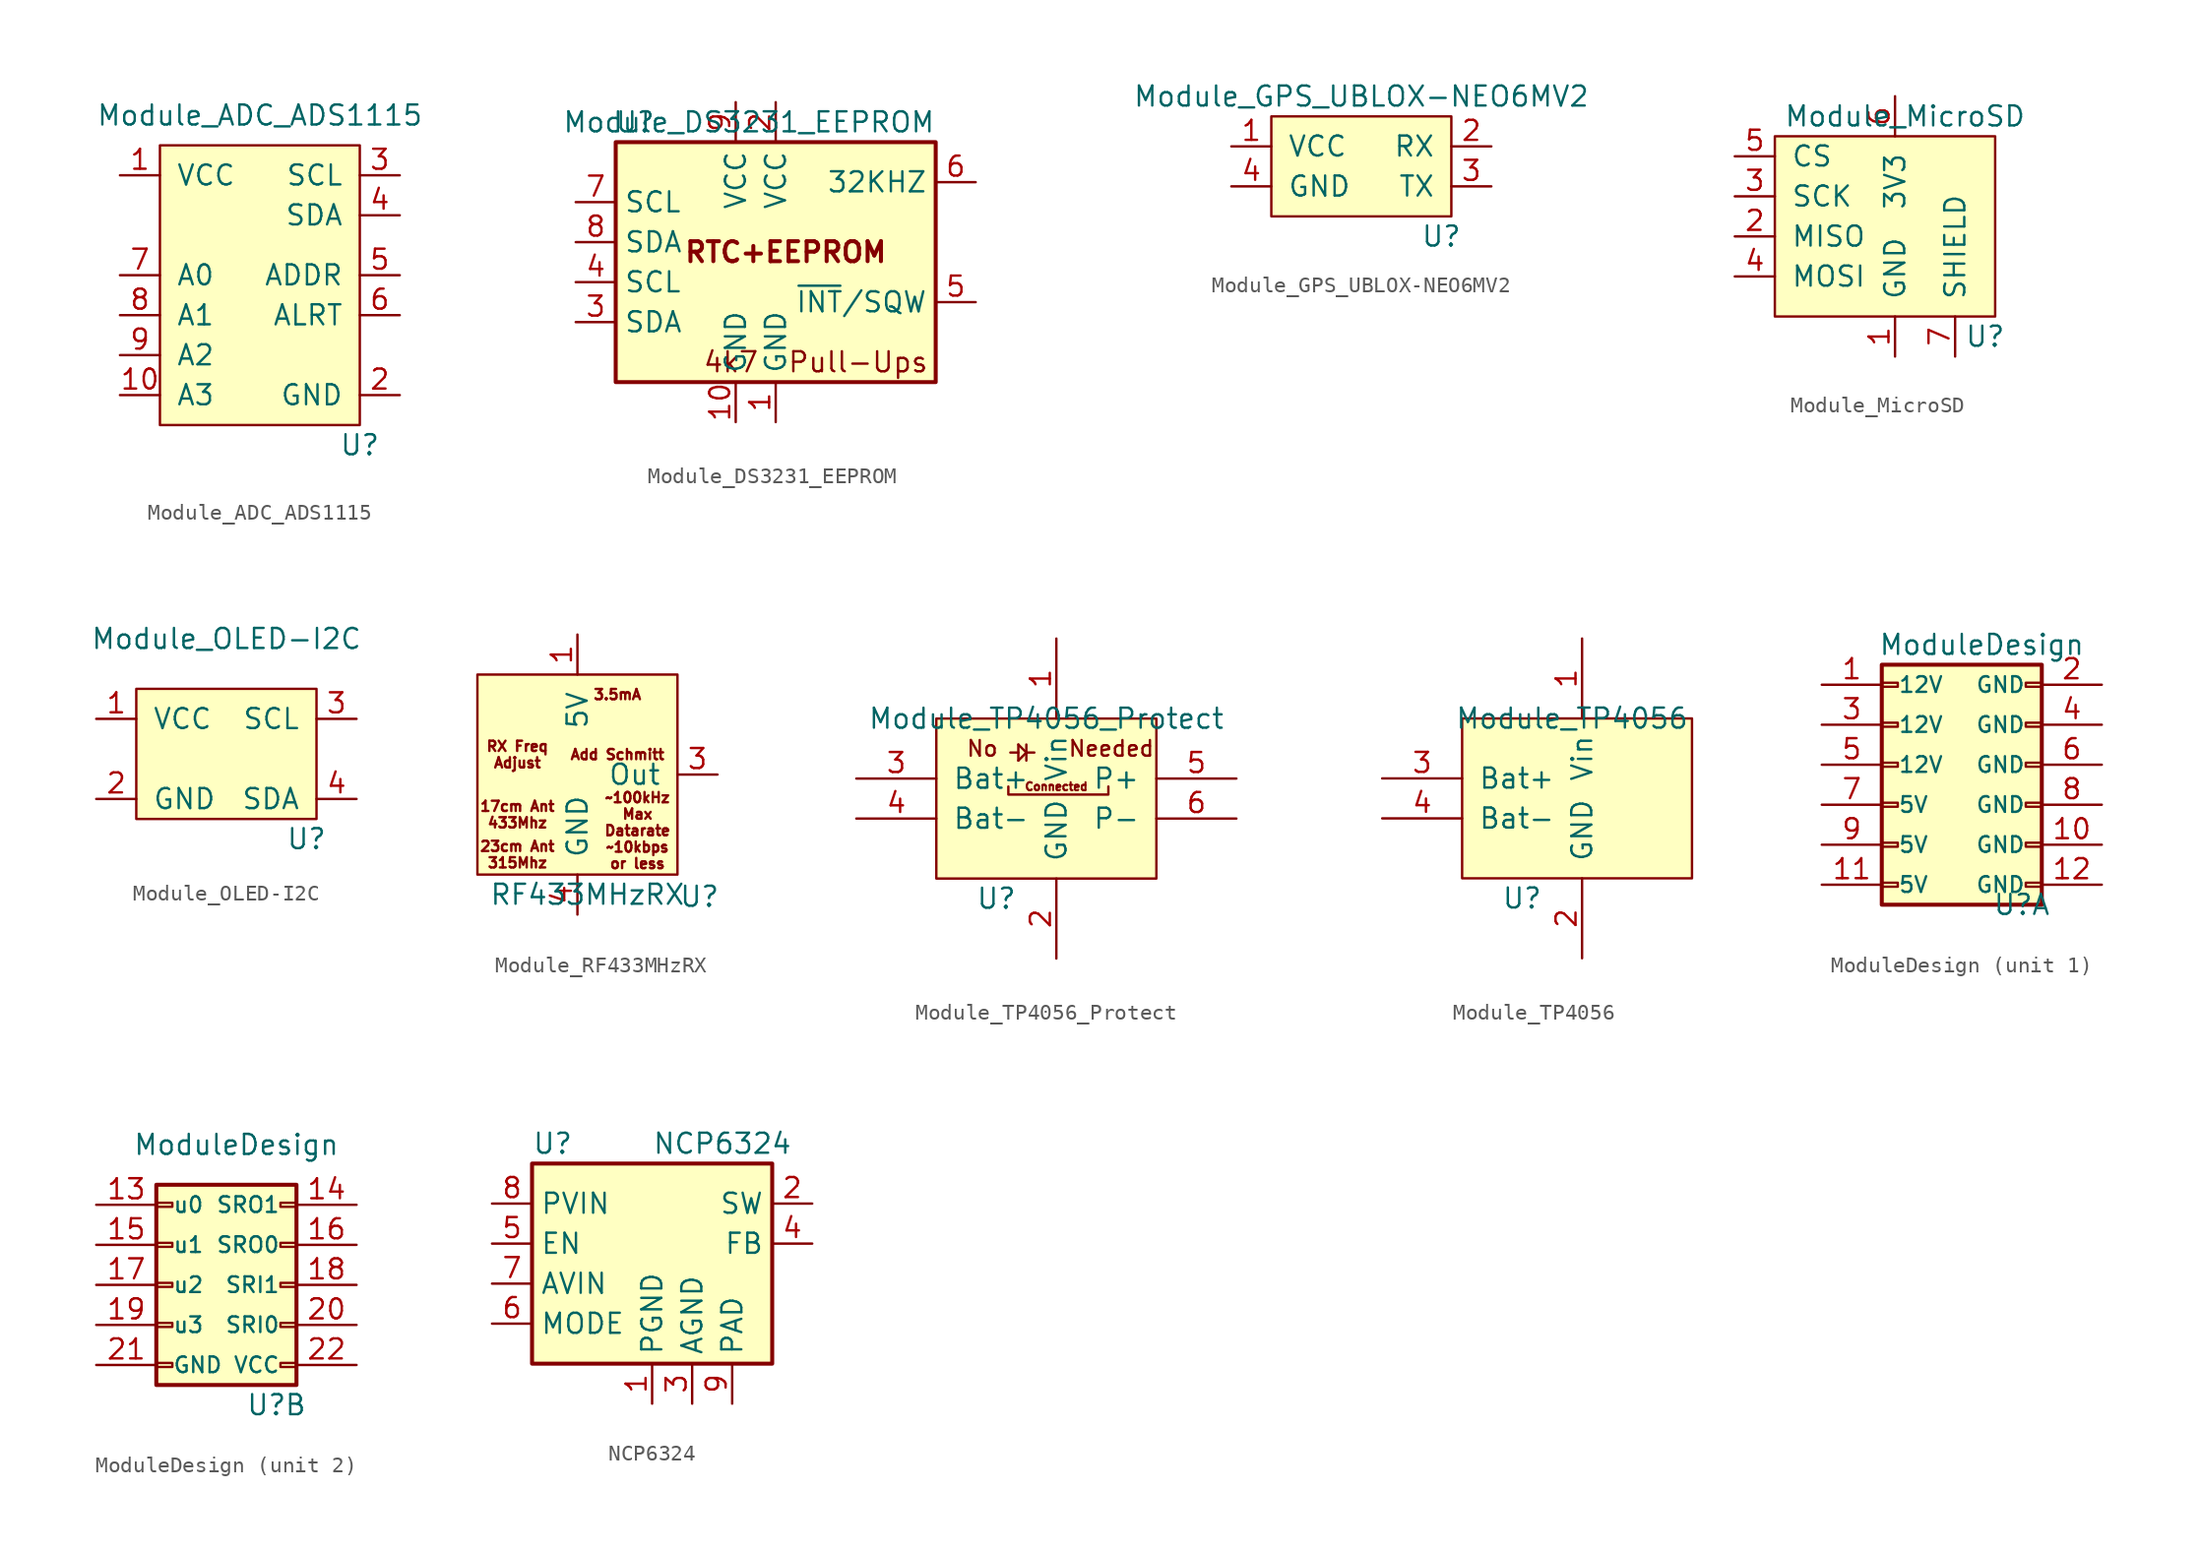
<source format=kicad_sym>
(kicad_symbol_lib
  (version 20231120)
  (generator "kicad_symbol_editor")
  (generator_version "8.0")
  (symbol "Module_ADC_ADS1115"
    (pin_names
      (offset 1.016))
    (property "Reference" "U"
      (at 6.35 -10.795 0)
      (effects (font (size 1.27 1.27))))
    (property "Value" "Module_ADC_ADS1115"
      (at 0 10.16 0)
      (effects (font (size 1.27 1.27))))
    (symbol "Module_ADC_ADS1115_0_1"
      (rectangle (start -6.35 8.255) (end 6.35 -9.525) (stroke (width 0) (type default)) (fill (type background))))
    (symbol "Module_ADC_ADS1115_1_1"
      (pin power_in line (at -8.89 6.35 0) (length 2.54) (name "VCC" (effects (font (size 1.27 1.27)))) (number "1" (effects (font (size 1.27 1.27)))))
      (pin input line (at -8.89 -7.62 0) (length 2.54) (name "A3" (effects (font (size 1.27 1.27)))) (number "10" (effects (font (size 1.27 1.27)))))
      (pin power_in line (at 8.89 -7.62 180) (length 2.54) (name "GND" (effects (font (size 1.27 1.27)))) (number "2" (effects (font (size 1.27 1.27)))))
      (pin input line (at 8.89 6.35 180) (length 2.54) (name "SCL" (effects (font (size 1.27 1.27)))) (number "3" (effects (font (size 1.27 1.27)))))
      (pin open_collector line (at 8.89 3.81 180) (length 2.54) (name "SDA" (effects (font (size 1.27 1.27)))) (number "4" (effects (font (size 1.27 1.27)))))
      (pin input line (at 8.89 0 180) (length 2.54) (name "ADDR" (effects (font (size 1.27 1.27)))) (number "5" (effects (font (size 1.27 1.27)))))
      (pin output line (at 8.89 -2.54 180) (length 2.54) (name "ALRT" (effects (font (size 1.27 1.27)))) (number "6" (effects (font (size 1.27 1.27)))))
      (pin input line (at -8.89 0 0) (length 2.54) (name "A0" (effects (font (size 1.27 1.27)))) (number "7" (effects (font (size 1.27 1.27)))))
      (pin input line (at -8.89 -2.54 0) (length 2.54) (name "A1" (effects (font (size 1.27 1.27)))) (number "8" (effects (font (size 1.27 1.27)))))
      (pin input line (at -8.89 -5.08 0) (length 2.54) (name "A2" (effects (font (size 1.27 1.27)))) (number "9" (effects (font (size 1.27 1.27)))))))
  (symbol "Module_DS3231_EEPROM"
    (property "Reference" "U"
      (at -7.62 8.89 0)
      (effects (font (size 1.27 1.27)) (justify right)))
    (property "Value" "Module_DS3231_EEPROM"
      (at 10.16 8.89 0)
      (effects (font (size 1.27 1.27)) (justify right)))
    (symbol "Module_DS3231_EEPROM_0_0"
      (text "4k7  Pull-Ups" (at 2.54 -6.35 0) (effects (font (size 1.27 1.27))))
      (text "RTC+EEPROM" (at 0.635 0.635 0) (effects (font (size 1.27 1.27) (bold yes)))))
    (symbol "Module_DS3231_EEPROM_0_1"
      (rectangle (start -10.16 7.62) (end 10.16 -7.62) (stroke (width 0.254) (type default)) (fill (type background))))
    (symbol "Module_DS3231_EEPROM_1_1"
      (pin power_in line (at 0 -10.16 90) (length 2.54) (name "GND" (effects (font (size 1.27 1.27)))) (number "1" (effects (font (size 1.27 1.27)))))
      (pin passive line (at -2.54 -10.16 90) (length 2.54) (name "GND" (effects (font (size 1.27 1.27)))) (number "10" (effects (font (size 1.27 1.27)))))
      (pin no_connect line (at 12.7 2.54 180) (length 2.54) hide (name "-" (effects (font (size 1.27 1.27)))) (number "11" (effects (font (size 1.27 1.27)))))
      (pin power_in line (at 0 10.16 270) (length 2.54) (name "VCC" (effects (font (size 1.27 1.27)))) (number "2" (effects (font (size 1.27 1.27)))))
      (pin bidirectional line (at -12.7 -3.81 0) (length 2.54) (name "SDA" (effects (font (size 1.27 1.27)))) (number "3" (effects (font (size 1.27 1.27)))))
      (pin bidirectional line (at -12.7 -1.27 0) (length 2.54) (name "SCL" (effects (font (size 1.27 1.27)))) (number "4" (effects (font (size 1.27 1.27)))))
      (pin open_collector line (at 12.7 -2.54 180) (length 2.54) (name "~{INT}/SQW" (effects (font (size 1.27 1.27)))) (number "5" (effects (font (size 1.27 1.27)))))
      (pin open_collector line (at 12.7 5.08 180) (length 2.54) (name "32KHZ" (effects (font (size 1.27 1.27)))) (number "6" (effects (font (size 1.27 1.27)))))
      (pin bidirectional line (at -12.7 3.81 0) (length 2.54) (name "SCL" (effects (font (size 1.27 1.27)))) (number "7" (effects (font (size 1.27 1.27)))))
      (pin bidirectional line (at -12.7 1.27 0) (length 2.54) (name "SDA" (effects (font (size 1.27 1.27)))) (number "8" (effects (font (size 1.27 1.27)))))
      (pin passive line (at -2.54 10.16 270) (length 2.54) (name "VCC" (effects (font (size 1.27 1.27)))) (number "9" (effects (font (size 1.27 1.27)))))))
  (symbol "Module_GPS_UBLOX-NEO6MV2"
    (pin_names
      (offset 1.016))
    (property "Reference" "U"
      (at 4.445 -4.445 0)
      (effects (font (size 1.27 1.27))))
    (property "Value" "Module_GPS_UBLOX-NEO6MV2"
      (at -0.635 4.445 0)
      (effects (font (size 1.27 1.27))))
    (symbol "Module_GPS_UBLOX-NEO6MV2_1_1"
      (rectangle (start -6.35 3.175) (end 5.08 -3.175) (stroke (width 0) (type default)) (fill (type background)))
      (pin power_in line (at -8.89 1.27 0) (length 2.54) (name "VCC" (effects (font (size 1.27 1.27)))) (number "1" (effects (font (size 1.27 1.27)))))
      (pin input line (at 7.62 1.27 180) (length 2.54) (name "RX" (effects (font (size 1.27 1.27)))) (number "2" (effects (font (size 1.27 1.27)))))
      (pin output line (at 7.62 -1.27 180) (length 2.54) (name "TX" (effects (font (size 1.27 1.27)))) (number "3" (effects (font (size 1.27 1.27)))))
      (pin power_in line (at -8.89 -1.27 0) (length 2.54) (name "GND" (effects (font (size 1.27 1.27)))) (number "4" (effects (font (size 1.27 1.27)))))))
  (symbol "Module_MicroSD"
    (pin_names
      (offset 1.016))
    (property "Reference" "U"
      (at 5.715 -7.62 0)
      (effects (font (size 1.27 1.27))))
    (property "Value" "Module_MicroSD"
      (at 0.635 6.35 0)
      (effects (font (size 1.27 1.27))))
    (symbol "Module_MicroSD_0_1"
      (rectangle (start -7.62 5.08) (end 6.35 -6.35) (stroke (width 0) (type default)) (fill (type background))))
    (symbol "Module_MicroSD_1_1"
      (pin power_in line (at 0 -8.89 90) (length 2.54) (name "GND" (effects (font (size 1.27 1.27)))) (number "1" (effects (font (size 1.27 1.27)))))
      (pin input line (at -10.16 -1.27 0) (length 2.54) (name "MISO" (effects (font (size 1.27 1.27)))) (number "2" (effects (font (size 1.27 1.27)))))
      (pin input line (at -10.16 1.27 0) (length 2.54) (name "SCK" (effects (font (size 1.27 1.27)))) (number "3" (effects (font (size 1.27 1.27)))))
      (pin output line (at -10.16 -3.81 0) (length 2.54) (name "MOSI" (effects (font (size 1.27 1.27)))) (number "4" (effects (font (size 1.27 1.27)))))
      (pin input line (at -10.16 3.81 0) (length 2.54) (name "CS" (effects (font (size 1.27 1.27)))) (number "5" (effects (font (size 1.27 1.27)))))
      (pin power_in line (at 0 7.62 270) (length 2.54) (name "3V3" (effects (font (size 1.27 1.27)))) (number "6" (effects (font (size 1.27 1.27)))))
      (pin passive line (at 3.81 -8.89 90) (length 2.54) (name "SHIELD" (effects (font (size 1.27 1.27)))) (number "7" (effects (font (size 1.27 1.27)))))))
  (symbol "Module_OLED-I2C"
    (pin_names
      (offset 1.016))
    (property "Reference" "U"
      (at 4.445 -5.08 0)
      (effects (font (size 1.27 1.27))))
    (property "Value" "Module_OLED-I2C"
      (at -0.635 7.62 0)
      (effects (font (size 1.27 1.27))))
    (symbol "Module_OLED-I2C_0_1"
      (rectangle (start -6.35 4.445) (end 5.08 -3.81) (stroke (width 0) (type default)) (fill (type background))))
    (symbol "Module_OLED-I2C_1_1"
      (pin power_in line (at -8.89 2.54 0) (length 2.54) (name "VCC" (effects (font (size 1.27 1.27)))) (number "1" (effects (font (size 1.27 1.27)))))
      (pin power_in line (at -8.89 -2.54 0) (length 2.54) (name "GND" (effects (font (size 1.27 1.27)))) (number "2" (effects (font (size 1.27 1.27)))))
      (pin input line (at 7.62 2.54 180) (length 2.54) (name "SCL" (effects (font (size 1.27 1.27)))) (number "3" (effects (font (size 1.27 1.27)))))
      (pin open_collector line (at 7.62 -2.54 180) (length 2.54) (name "SDA" (effects (font (size 1.27 1.27)))) (number "4" (effects (font (size 1.27 1.27)))))))
  (symbol "Module_RF433MHzRX"
    (pin_names
      (offset 1.016))
    (property "Reference" "U"
      (at 7.747 -7.747 0)
      (effects (font (size 1.27 1.27))))
    (property "Value" "RF433MHzRX"
      (at 0.635 -7.62 0)
      (effects (font (size 1.27 1.27))))
    (symbol "Module_RF433MHzRX_1_1"
      (rectangle (start -6.35 6.35) (end 6.35 -6.35) (stroke (width 0) (type default)) (fill (type background)))
      (text "17cm Ant\n433Mhz" (at -3.81 -2.54 0) (effects (font (size 0.65 0.65))))
      (text "23cm Ant\n315Mhz" (at -3.81 -5.08 0) (effects (font (size 0.65 0.65))))
      (text "3.5mA" (at 2.54 5.08 0) (effects (font (size 0.65 0.65))))
      (text "Add Schmitt" (at 2.54 1.27 0) (effects (font (size 0.65 0.65))))
      (text "RX Freq\nAdjust" (at -3.81 1.27 0) (effects (font (size 0.65 0.65))))
      (text "~100kHz\nMax\nDatarate\n~10kbps\nor less" (at 3.81 -3.556 0) (effects (font (size 0.65 0.65))))
      (pin power_in line (at 0 8.89 270) (length 2.54) (name "5V" (effects (font (size 1.27 1.27)))) (number "1" (effects (font (size 1.27 1.27)))))
      (pin output line (at 8.89 0 180) (length 2.54) (name "Out" (effects (font (size 1.27 1.27)))) (number "3" (effects (font (size 1.27 1.27)))))
      (pin power_in line (at 0 -8.89 90) (length 2.54) (name "GND" (effects (font (size 1.27 1.27)))) (number "4" (effects (font (size 1.27 1.27)))))))
  (symbol "Module_TP4056_Protect"
    (pin_names
      (offset 1.016))
    (property "Reference" "U"
      (at -3.81 -6.35 0)
      (effects (font (size 1.27 1.27))))
    (property "Value" "Module_TP4056_Protect"
      (at -0.635 5.08 0)
      (effects (font (size 1.27 1.27))))
    (symbol "Module_TP4056_Protect_0_0"
      (polyline (pts (xy -3.048 0.762) (xy -3.048 0.254) (xy 3.302 0.254) (xy 3.302 0.762)) (stroke (width 0) (type default)) (fill (type none)))
      (text "Connected" (at 0 0.762 0) (effects (font (size 0.508 0.508))))
      (text "No      Needed" (at 0.254 3.175 0) (effects (font (size 0.991 0.991)))))
    (symbol "Module_TP4056_Protect_0_1"
      (rectangle (start -7.62 5.08) (end 6.35 -5.08) (stroke (width 0) (type default)) (fill (type background))))
    (symbol "Module_TP4056_Protect_1_0"
      (pin power_in line (at 0 10.16 270) (length 5.08) (name "Vin" (effects (font (size 1.27 1.27)))) (number "1" (effects (font (size 1.27 1.27)))))
      (pin power_in line (at 0 -10.16 90) (length 5.08) (name "GND" (effects (font (size 1.27 1.27)))) (number "2" (effects (font (size 1.27 1.27)))))
      (pin passive line (at -12.7 1.27 0) (length 5.08) (name "Bat+" (effects (font (size 1.27 1.27)))) (number "3" (effects (font (size 1.27 1.27)))))
      (pin passive line (at -12.7 -1.27 0) (length 5.08) (name "Bat-" (effects (font (size 1.27 1.27)))) (number "4" (effects (font (size 1.27 1.27)))))
      (pin power_out line (at 11.43 1.27 180) (length 5.08) (name "P+" (effects (font (size 1.27 1.27)))) (number "5" (effects (font (size 1.27 1.27)))))
      (pin power_out line (at 11.43 -1.27 180) (length 5.08) (name "P-" (effects (font (size 1.27 1.27)))) (number "6" (effects (font (size 1.27 1.27))))))
    (symbol "Module_TP4056_Protect_1_1"
      (polyline (pts (xy -2.413 2.413) (xy -2.413 3.429)) (stroke (width 0) (type default)) (fill (type none)))
      (polyline (pts (xy -2.413 2.921) (xy -2.921 2.921)) (stroke (width 0) (type default)) (fill (type none)))
      (polyline (pts (xy -1.905 2.413) (xy -1.905 3.429)) (stroke (width 0) (type default)) (fill (type none)))
      (polyline (pts (xy -1.905 2.921) (xy -1.397 2.921)) (stroke (width 0) (type default)) (fill (type none)))
      (polyline (pts (xy -2.413 2.413) (xy -1.905 2.921) (xy -2.413 3.429)) (stroke (width 0) (type default)) (fill (type none)))))
  (symbol "Module_TP4056"
    (pin_names
      (offset 1.016))
    (property "Reference" "U"
      (at -3.81 -6.35 0)
      (effects (font (size 1.27 1.27))))
    (property "Value" "Module_TP4056"
      (at -0.635 5.08 0)
      (effects (font (size 1.27 1.27))))
    (symbol "Module_TP4056_0_1"
      (rectangle (start -7.62 5.08) (end 6.985 -5.08) (stroke (width 0) (type default)) (fill (type background))))
    (symbol "Module_TP4056_1_0"
      (pin power_in line (at 0 10.16 270) (length 5.08) (name "Vin" (effects (font (size 1.27 1.27)))) (number "1" (effects (font (size 1.27 1.27)))))
      (pin power_in line (at 0 -10.16 90) (length 5.08) (name "GND" (effects (font (size 1.27 1.27)))) (number "2" (effects (font (size 1.27 1.27)))))
      (pin passive line (at -12.7 1.27 0) (length 5.08) (name "Bat+" (effects (font (size 1.27 1.27)))) (number "3" (effects (font (size 1.27 1.27)))))
      (pin passive line (at -12.7 -1.27 0) (length 5.08) (name "Bat-" (effects (font (size 1.27 1.27)))) (number "4" (effects (font (size 1.27 1.27)))))))
  (symbol "ModuleDesign"
    (pin_names
      (offset 1.016))
    (property "Reference" "U"
      (at 3.81 -7.62 0)
      (effects (font (size 1.27 1.27))))
    (property "Value" "ModuleDesign"
      (at 1.27 8.89 0)
      (effects (font (size 1.27 1.27))))
    (property "ki_locked" ""
      (at 0 0 0)
      (effects (font (size 1.27 1.27))))
    (symbol "ModuleDesign_1_1"
      (rectangle (start -5.08 -6.223) (end -4.064 -6.477) (stroke (width 0.152) (type default)) (fill (type none)))
      (rectangle (start -5.08 -3.683) (end -4.064 -3.937) (stroke (width 0.152) (type default)) (fill (type none)))
      (rectangle (start -5.08 -1.143) (end -4.064 -1.397) (stroke (width 0.152) (type default)) (fill (type none)))
      (rectangle (start -5.08 1.397) (end -4.064 1.143) (stroke (width 0.152) (type default)) (fill (type none)))
      (rectangle (start -5.08 3.937) (end -4.064 3.683) (stroke (width 0.152) (type default)) (fill (type none)))
      (rectangle (start -5.08 6.477) (end -4.064 6.223) (stroke (width 0.152) (type default)) (fill (type none)))
      (rectangle (start -5.08 7.62) (end 5.08 -7.62) (stroke (width 0.254) (type default)) (fill (type background)))
      (rectangle (start 5.08 -6.223) (end 4.064 -6.477) (stroke (width 0.152) (type default)) (fill (type none)))
      (rectangle (start 5.08 -3.683) (end 4.064 -3.937) (stroke (width 0.152) (type default)) (fill (type none)))
      (rectangle (start 5.08 -1.143) (end 4.064 -1.397) (stroke (width 0.152) (type default)) (fill (type none)))
      (rectangle (start 5.08 1.397) (end 4.064 1.143) (stroke (width 0.152) (type default)) (fill (type none)))
      (rectangle (start 5.08 3.937) (end 4.064 3.683) (stroke (width 0.152) (type default)) (fill (type none)))
      (rectangle (start 5.08 6.477) (end 4.064 6.223) (stroke (width 0.152) (type default)) (fill (type none)))
      (pin power_in line (at -8.89 6.35 0) (length 3.81) (name "12V" (effects (font (size 0.991 0.991)))) (number "1" (effects (font (size 1.27 1.27)))))
      (pin power_in line (at 8.89 -3.81 180) (length 3.81) (name "GND" (effects (font (size 0.991 0.991)))) (number "10" (effects (font (size 1.27 1.27)))))
      (pin power_in line (at -8.89 -6.35 0) (length 3.81) (name "5V" (effects (font (size 0.991 0.991)))) (number "11" (effects (font (size 1.27 1.27)))))
      (pin power_in line (at 8.89 -6.35 180) (length 3.81) (name "GND" (effects (font (size 0.991 0.991)))) (number "12" (effects (font (size 1.27 1.27)))))
      (pin power_in line (at 8.89 6.35 180) (length 3.81) (name "GND" (effects (font (size 0.991 0.991)))) (number "2" (effects (font (size 1.27 1.27)))))
      (pin power_out line (at -8.89 3.81 0) (length 3.81) (name "12V" (effects (font (size 0.991 0.991)))) (number "3" (effects (font (size 1.27 1.27)))))
      (pin power_in line (at 8.89 3.81 180) (length 3.81) (name "GND" (effects (font (size 0.991 0.991)))) (number "4" (effects (font (size 1.27 1.27)))))
      (pin power_in line (at -8.89 1.27 0) (length 3.81) (name "12V" (effects (font (size 0.991 0.991)))) (number "5" (effects (font (size 1.27 1.27)))))
      (pin power_out line (at 8.89 1.27 180) (length 3.81) (name "GND" (effects (font (size 0.991 0.991)))) (number "6" (effects (font (size 1.27 1.27)))))
      (pin power_in line (at -8.89 -1.27 0) (length 3.81) (name "5V" (effects (font (size 0.991 0.991)))) (number "7" (effects (font (size 1.27 1.27)))))
      (pin power_in line (at 8.89 -1.27 180) (length 3.81) (name "GND" (effects (font (size 0.991 0.991)))) (number "8" (effects (font (size 1.27 1.27)))))
      (pin power_out line (at -8.89 -3.81 0) (length 3.81) (name "5V" (effects (font (size 0.991 0.991)))) (number "9" (effects (font (size 1.27 1.27))))))
    (symbol "ModuleDesign_2_1"
      (rectangle (start -3.81 -4.953) (end -2.794 -5.207) (stroke (width 0.152) (type default)) (fill (type none)))
      (rectangle (start -3.81 -2.413) (end -2.794 -2.667) (stroke (width 0.152) (type default)) (fill (type none)))
      (rectangle (start -3.81 0.127) (end -2.794 -0.127) (stroke (width 0.152) (type default)) (fill (type none)))
      (rectangle (start -3.81 2.667) (end -2.794 2.413) (stroke (width 0.152) (type default)) (fill (type none)))
      (rectangle (start -3.81 5.207) (end -2.794 4.953) (stroke (width 0.152) (type default)) (fill (type none)))
      (rectangle (start -3.81 6.35) (end 5.08 -6.35) (stroke (width 0.254) (type default)) (fill (type background)))
      (rectangle (start 5.08 -4.953) (end 4.064 -5.207) (stroke (width 0.152) (type default)) (fill (type none)))
      (rectangle (start 5.08 -2.413) (end 4.064 -2.667) (stroke (width 0.152) (type default)) (fill (type none)))
      (rectangle (start 5.08 0.127) (end 4.064 -0.127) (stroke (width 0.152) (type default)) (fill (type none)))
      (rectangle (start 5.08 2.667) (end 4.064 2.413) (stroke (width 0.152) (type default)) (fill (type none)))
      (rectangle (start 5.08 5.207) (end 4.064 4.953) (stroke (width 0.152) (type default)) (fill (type none)))
      (pin bidirectional line (at -7.62 5.08 0) (length 3.81) (name "u0" (effects (font (size 0.991 0.991)))) (number "13" (effects (font (size 1.27 1.27)))))
      (pin output line (at 8.89 5.08 180) (length 3.81) (name "SRO1" (effects (font (size 0.991 0.991)))) (number "14" (effects (font (size 1.27 1.27)))))
      (pin bidirectional line (at -7.62 2.54 0) (length 3.81) (name "u1" (effects (font (size 0.991 0.991)))) (number "15" (effects (font (size 1.27 1.27)))))
      (pin output line (at 8.89 2.54 180) (length 3.81) (name "SRO0" (effects (font (size 0.991 0.991)))) (number "16" (effects (font (size 1.27 1.27)))))
      (pin bidirectional line (at -7.62 0 0) (length 3.81) (name "u2" (effects (font (size 0.991 0.991)))) (number "17" (effects (font (size 1.27 1.27)))))
      (pin input line (at 8.89 0 180) (length 3.81) (name "SRI1" (effects (font (size 0.991 0.991)))) (number "18" (effects (font (size 1.27 1.27)))))
      (pin bidirectional line (at -7.62 -2.54 0) (length 3.81) (name "u3" (effects (font (size 0.991 0.991)))) (number "19" (effects (font (size 1.27 1.27)))))
      (pin input line (at 8.89 -2.54 180) (length 3.81) (name "SRI0" (effects (font (size 0.991 0.991)))) (number "20" (effects (font (size 1.27 1.27)))))
      (pin power_out line (at -7.62 -5.08 0) (length 3.81) (name "GND" (effects (font (size 0.991 0.991)))) (number "21" (effects (font (size 1.27 1.27)))))
      (pin power_out line (at 8.89 -5.08 180) (length 3.81) (name "VCC" (effects (font (size 0.991 0.991)))) (number "22" (effects (font (size 1.27 1.27)))))))
  (symbol "NCP6324"
    (property "Reference" "U"
      (at -7.62 6.35 0)
      (effects (font (size 1.27 1.27)) (justify left)))
    (property "Value" "NCP6324"
      (at 0 6.35 0)
      (effects (font (size 1.27 1.27)) (justify left)))
    (symbol "NCP6324_0_1"
      (rectangle (start -7.62 5.08) (end 7.62 -7.62) (stroke (width 0.254) (type default)) (fill (type background))))
    (symbol "NCP6324_1_1"
      (pin power_in line (at 0 -10.16 90) (length 2.54) (name "PGND" (effects (font (size 1.27 1.27)))) (number "1" (effects (font (size 1.27 1.27)))))
      (pin power_out line (at 10.16 2.54 180) (length 2.54) (name "SW" (effects (font (size 1.27 1.27)))) (number "2" (effects (font (size 1.27 1.27)))))
      (pin power_in line (at 2.54 -10.16 90) (length 2.54) (name "AGND" (effects (font (size 1.27 1.27)))) (number "3" (effects (font (size 1.27 1.27)))))
      (pin input line (at 10.16 0 180) (length 2.54) (name "FB" (effects (font (size 1.27 1.27)))) (number "4" (effects (font (size 1.27 1.27)))))
      (pin input line (at -10.16 0 0) (length 2.54) (name "EN" (effects (font (size 1.27 1.27)))) (number "5" (effects (font (size 1.27 1.27)))))
      (pin passive line (at -10.16 -5.08 0) (length 2.54) (name "MODE" (effects (font (size 1.27 1.27)))) (number "6" (effects (font (size 1.27 1.27)))))
      (pin passive line (at -10.16 -2.54 0) (length 2.54) (name "AVIN" (effects (font (size 1.27 1.27)))) (number "7" (effects (font (size 1.27 1.27)))))
      (pin power_in line (at -10.16 2.54 0) (length 2.54) (name "PVIN" (effects (font (size 1.27 1.27)))) (number "8" (effects (font (size 1.27 1.27)))))
      (pin passive line (at 5.08 -10.16 90) (length 2.54) (name "PAD" (effects (font (size 1.27 1.27)))) (number "9" (effects (font (size 1.27 1.27))))))))
</source>
